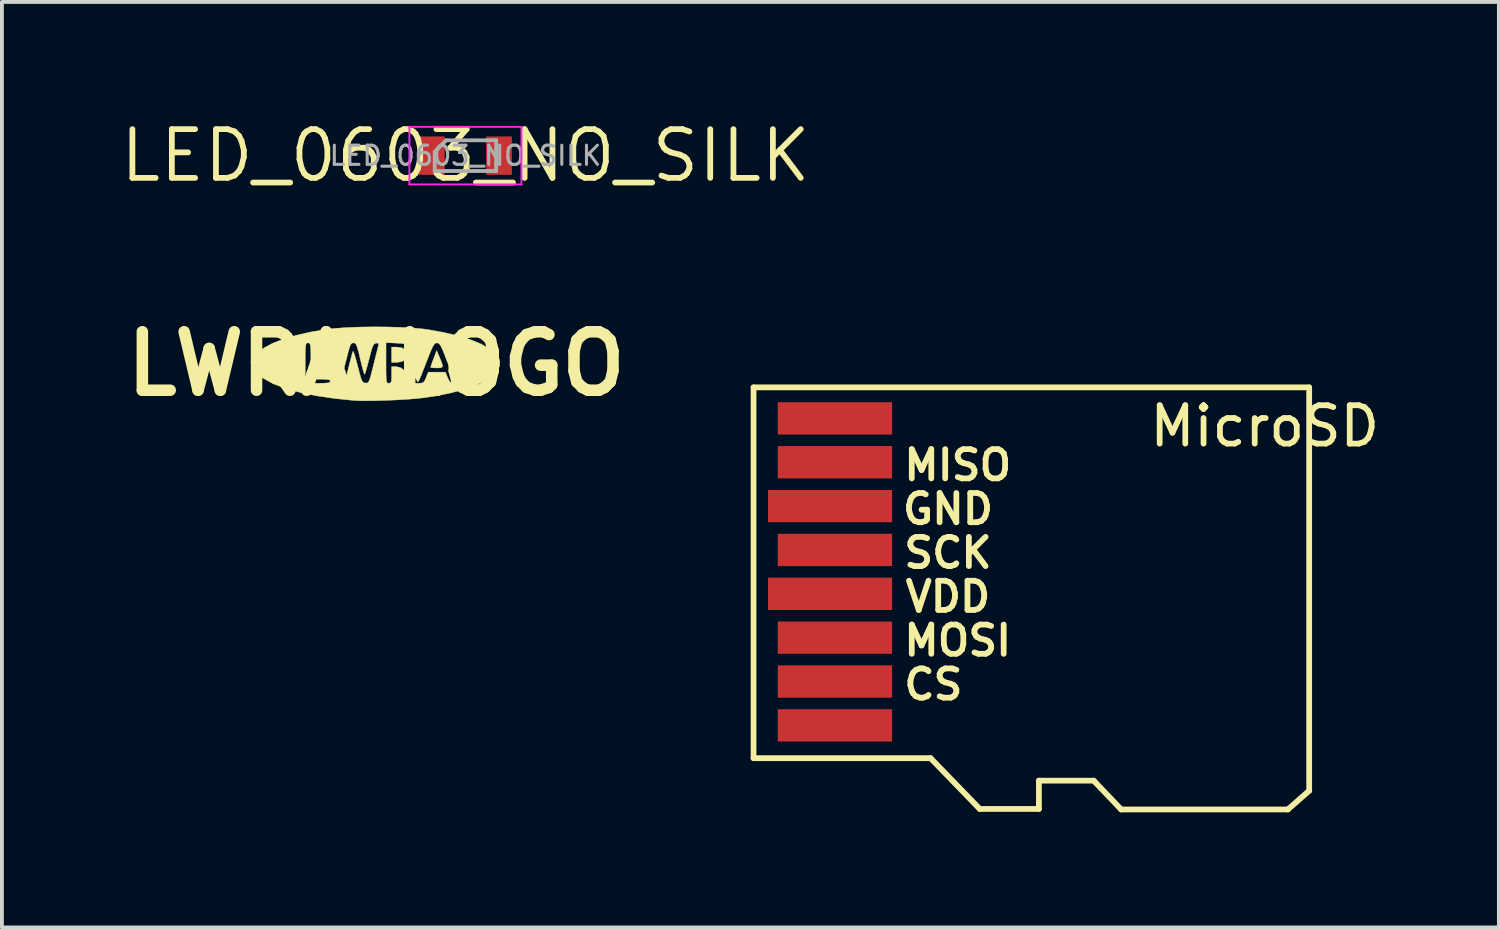
<source format=kicad_pcb>
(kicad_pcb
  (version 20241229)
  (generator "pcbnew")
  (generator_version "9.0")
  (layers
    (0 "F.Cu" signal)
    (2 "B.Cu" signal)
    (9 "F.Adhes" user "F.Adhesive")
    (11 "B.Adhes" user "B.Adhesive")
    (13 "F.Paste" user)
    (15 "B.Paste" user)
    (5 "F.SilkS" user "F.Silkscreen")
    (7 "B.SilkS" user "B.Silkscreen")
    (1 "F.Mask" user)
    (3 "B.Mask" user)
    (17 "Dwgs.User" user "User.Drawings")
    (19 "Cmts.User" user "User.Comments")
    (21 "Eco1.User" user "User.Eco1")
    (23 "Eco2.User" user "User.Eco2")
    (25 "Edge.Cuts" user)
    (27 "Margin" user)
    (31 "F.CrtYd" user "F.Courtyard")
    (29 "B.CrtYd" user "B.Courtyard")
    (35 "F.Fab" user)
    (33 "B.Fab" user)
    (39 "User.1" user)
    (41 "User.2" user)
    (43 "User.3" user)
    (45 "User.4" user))
  (footprint "MicroSD"
    (layer "F.Cu")
    (at 24.322 5.262)
    (property "Reference" "MicroSD" (at 5.588 2.794 0) (layer "F.SilkS") (effects (font (size 1 1) (thickness 0.15))))
    (attr through_hole)
    (fp_line (start -7.734 1.783) (end 6.746 1.783) (stroke (width 0.15) (type solid)) (layer "F.SilkS"))
    (fp_line (start -7.734 11.446) (end -7.734 1.783) (stroke (width 0.15) (type solid)) (layer "F.SilkS"))
    (fp_line (start -3.121 11.446) (end -7.734 11.446) (stroke (width 0.15) (type solid)) (layer "F.SilkS"))
    (fp_line (start -1.84 12.769) (end -3.121 11.446) (stroke (width 0.15) (type solid)) (layer "F.SilkS"))
    (fp_line (start -0.298 12.033) (end -0.298 12.769) (stroke (width 0.15) (type solid)) (layer "F.SilkS"))
    (fp_line (start -0.298 12.769) (end -1.84 12.769) (stroke (width 0.15) (type solid)) (layer "F.SilkS"))
    (fp_line (start 1.131 12.033) (end -0.298 12.033) (stroke (width 0.15) (type solid)) (layer "F.SilkS"))
    (fp_line (start 1.846 12.783) (end 1.131 12.033) (stroke (width 0.15) (type solid)) (layer "F.SilkS"))
    (fp_line (start 6.19 12.783) (end 1.846 12.783) (stroke (width 0.15) (type solid)) (layer "F.SilkS"))
    (fp_line (start 6.746 1.783) (end 6.746 12.295) (stroke (width 0.15) (type solid)) (layer "F.SilkS"))
    (fp_line (start 6.746 12.295) (end 6.19 12.783) (stroke (width 0.15) (type solid)) (layer "F.SilkS"))
    (fp_text user "VDD" (at -2.667 7.239 0) (layer "F.SilkS") (effects (font (size 0.762 0.762) (thickness 0.15))))
    (fp_text user "CS" (at -3.048 9.525 0) (layer "F.SilkS") (effects (font (size 0.762 0.762) (thickness 0.15))))
    (fp_text user "SCK" (at -2.667 6.096 0) (layer "F.SilkS") (effects (font (size 0.762 0.762) (thickness 0.15))))
    (fp_text user "MISO" (at -2.413 3.81 0) (layer "F.SilkS") (effects (font (size 0.762 0.762) (thickness 0.15))))
    (fp_text user "GND" (at -2.667 4.953 0) (layer "F.SilkS") (effects (font (size 0.762 0.762) (thickness 0.15))))
    (fp_text user "MOSI" (at -2.413 8.382 0) (layer "F.SilkS") (effects (font (size 0.762 0.762) (thickness 0.15))))
    (pad "1" smd rect (at -5.613 10.592) (size 2.979 0.843) (layers "F.Cu" "F.Mask" "F.Paste"))
    (pad "2" smd rect (at -5.613 9.449) (size 2.979 0.843) (layers "F.Cu" "F.Mask" "F.Paste"))
    (pad "3" smd rect (at -5.613 8.306) (size 2.979 0.843) (layers "F.Cu" "F.Mask" "F.Paste"))
    (pad "4" smd rect (at -5.74 7.163) (size 3.233 0.843) (layers "F.Cu" "F.Mask" "F.Paste"))
    (pad "5" smd rect (at -5.613 6.02) (size 2.979 0.843) (layers "F.Cu" "F.Mask" "F.Paste"))
    (pad "6" smd rect (at -5.74 4.877) (size 3.233 0.843) (layers "F.Cu" "F.Mask" "F.Paste"))
    (pad "7" smd rect (at -5.613 3.734) (size 2.979 0.843) (layers "F.Cu" "F.Mask" "F.Paste"))
    (pad "8" smd rect (at -5.613 2.591) (size 2.979 0.843) (layers "F.Cu" "F.Mask" "F.Paste")))
  (footprint "LWRA LOGO"
    (layer "F.Cu")
    (at 6.756 6.43)
    (property "Reference" "LWRA LOGO" (at 0 0 0) (layer "F.SilkS") (effects (font (size 1.524 1.524) (thickness 0.3))))
    (attr through_hole)
    (fp_poly (pts (xy 0.681 -0.412) (xy 0.768 -0.343) (xy 0.798 -0.236) (xy 0.768 -0.128) (xy 0.68 -0.06) (xy 0.542 -0.036) (xy 0.399 -0.036) (xy 0.399 -0.435) (xy 0.542 -0.435) (xy 0.681 -0.412)) (stroke (width 0.01) (type solid)) (fill yes) (layer "F.SilkS"))
    (fp_poly (pts (xy 1.635 -0.2) (xy 1.696 -0.055) (xy 1.725 0.035) (xy 1.721 0.084) (xy 1.682 0.105) (xy 1.605 0.109) (xy 1.581 0.109) (xy 1.483 0.106) (xy 1.423 0.097) (xy 1.415 0.092) (xy 1.427 0.052) (xy 1.458 -0.036) (xy 1.494 -0.135) (xy 1.573 -0.345) (xy 1.635 -0.2)) (stroke (width 0.01) (type solid)) (fill yes) (layer "F.SilkS"))
    (fp_poly (pts (xy 0.301 -0.959) (xy 0.65 -0.949) (xy 0.968 -0.931) (xy 1.237 -0.906) (xy 1.316 -0.895) (xy 1.738 -0.821) (xy 2.116 -0.733) (xy 2.447 -0.631) (xy 2.726 -0.518) (xy 2.947 -0.395) (xy 3.107 -0.266) (xy 3.2 -0.131) (xy 3.216 -0.085) (xy 3.216 0.054) (xy 3.147 0.191) (xy 3.014 0.324) (xy 2.822 0.449) (xy 2.574 0.566) (xy 2.274 0.671) (xy 1.928 0.764) (xy 1.54 0.841) (xy 1.23 0.887) (xy 1.035 0.908) (xy 0.795 0.927) (xy 0.528 0.942) (xy 0.251 0.954) (xy -0.017 0.962) (xy -0.26 0.965) (xy -0.46 0.963) (xy -0.562 0.958) (xy -1.075 0.906) (xy -1.548 0.837) (xy -1.973 0.751) (xy -2.344 0.65) (xy -2.652 0.535) (xy -2.699 0.514) (xy -2.936 0.384) (xy -3.101 0.25) (xy -3.197 0.114) (xy -3.226 -0.018) (xy -1.851 -0.018) (xy -1.851 0.508) (xy -1.524 0.508) (xy -1.365 0.506) (xy -1.265 0.498) (xy -1.214 0.483) (xy -1.198 0.458) (xy -1.197 0.454) (xy -1.212 0.424) (xy -1.266 0.407) (xy -1.372 0.4) (xy -1.451 0.399) (xy -1.705 0.399) (xy -1.705 -0.073) (xy -1.706 -0.265) (xy -1.709 -0.397) (xy -1.716 -0.479) (xy -1.721 -0.495) (xy -1.26 -0.495) (xy -1.257 -0.484) (xy -1.241 -0.425) (xy -1.211 -0.311) (xy -1.173 -0.158) (xy -1.128 0.019) (xy -1.121 0.047) (xy -1.074 0.236) (xy -1.039 0.364) (xy -1.011 0.444) (xy -0.984 0.486) (xy -0.955 0.502) (xy -0.918 0.501) (xy -0.913 0.501) (xy -0.871 0.491) (xy -0.838 0.464) (xy -0.809 0.407) (xy -0.777 0.307) (xy -0.736 0.153) (xy -0.725 0.109) (xy -0.684 -0.052) (xy -0.648 -0.191) (xy -0.622 -0.289) (xy -0.611 -0.326) (xy -0.596 -0.314) (xy -0.569 -0.243) (xy -0.533 -0.123) (xy -0.491 0.033) (xy -0.485 0.055) (xy -0.439 0.237) (xy -0.404 0.36) (xy -0.375 0.437) (xy -0.346 0.478) (xy -0.312 0.496) (xy -0.284 0.501) (xy -0.246 0.502) (xy -0.216 0.49) (xy -0.19 0.451) (xy -0.162 0.376) (xy -0.128 0.254) (xy -0.083 0.073) (xy -0.076 0.047) (xy -0.059 -0.022) (xy 0.254 -0.022) (xy 0.254 0.184) (xy 0.257 0.328) (xy 0.263 0.422) (xy 0.274 0.476) (xy 0.291 0.501) (xy 0.317 0.508) (xy 0.327 0.508) (xy 0.367 0.5) (xy 0.389 0.465) (xy 0.398 0.387) (xy 0.399 0.29) (xy 0.399 0.073) (xy 0.523 0.073) (xy 0.65 0.108) (xy 0.765 0.21) (xy 0.861 0.375) (xy 0.869 0.394) (xy 0.906 0.466) (xy 0.956 0.499) (xy 1.045 0.508) (xy 1.078 0.508) (xy 1.18 0.503) (xy 1.237 0.478) (xy 1.276 0.413) (xy 1.297 0.363) (xy 1.354 0.218) (xy 1.803 0.218) (xy 1.86 0.363) (xy 1.914 0.465) (xy 1.973 0.506) (xy 1.992 0.508) (xy 2.035 0.505) (xy 2.049 0.484) (xy 2.036 0.429) (xy 2 0.336) (xy 1.958 0.226) (xy 1.899 0.073) (xy 1.833 -0.098) (xy 1.798 -0.191) (xy 1.734 -0.352) (xy 1.685 -0.456) (xy 1.646 -0.515) (xy 1.608 -0.54) (xy 1.58 -0.544) (xy 1.545 -0.537) (xy 1.511 -0.508) (xy 1.474 -0.448) (xy 1.426 -0.347) (xy 1.364 -0.194) (xy 1.306 -0.045) (xy 1.226 0.161) (xy 1.168 0.307) (xy 1.127 0.403) (xy 1.1 0.455) (xy 1.082 0.472) (xy 1.07 0.463) (xy 1.062 0.443) (xy 1.034 0.389) (xy 0.977 0.297) (xy 0.923 0.214) (xy 0.8 0.031) (xy 0.872 -0.046) (xy 0.931 -0.157) (xy 0.937 -0.29) (xy 0.892 -0.416) (xy 0.875 -0.44) (xy 0.828 -0.485) (xy 0.766 -0.512) (xy 0.669 -0.529) (xy 0.53 -0.538) (xy 0.254 -0.552) (xy 0.254 -0.022) (xy -0.059 -0.022) (xy -0.031 -0.132) (xy 0.009 -0.29) (xy 0.04 -0.411) (xy 0.058 -0.479) (xy 0.059 -0.484) (xy 0.061 -0.532) (xy 0.011 -0.54) (xy -0.004 -0.538) (xy -0.042 -0.525) (xy -0.074 -0.491) (xy -0.104 -0.424) (xy -0.139 -0.31) (xy -0.184 -0.138) (xy -0.185 -0.134) (xy -0.226 0.026) (xy -0.262 0.157) (xy -0.289 0.246) (xy -0.301 0.277) (xy -0.316 0.252) (xy -0.343 0.168) (xy -0.378 0.039) (xy -0.417 -0.121) (xy -0.417 -0.124) (xy -0.46 -0.304) (xy -0.493 -0.423) (xy -0.521 -0.496) (xy -0.549 -0.532) (xy -0.582 -0.544) (xy -0.595 -0.544) (xy -0.63 -0.538) (xy -0.66 -0.511) (xy -0.688 -0.451) (xy -0.72 -0.348) (xy -0.761 -0.189) (xy -0.777 -0.125) (xy -0.818 0.036) (xy -0.854 0.165) (xy -0.881 0.249) (xy -0.897 0.277) (xy -0.897 0.277) (xy -0.912 0.236) (xy -0.94 0.14) (xy -0.977 0.004) (xy -1.013 -0.134) (xy -1.058 -0.307) (xy -1.093 -0.422) (xy -1.123 -0.49) (xy -1.155 -0.525) (xy -1.193 -0.538) (xy -1.194 -0.538) (xy -1.254 -0.536) (xy -1.26 -0.495) (xy -1.721 -0.495) (xy -1.73 -0.523) (xy -1.75 -0.541) (xy -1.778 -0.544) (xy -1.806 -0.541) (xy -1.826 -0.522) (xy -1.839 -0.478) (xy -1.846 -0.398) (xy -1.85 -0.27) (xy -1.851 -0.084) (xy -1.851 -0.018) (xy -3.226 -0.018) (xy -3.227 -0.022) (xy -3.19 -0.156) (xy -3.09 -0.287) (xy -2.928 -0.413) (xy -2.706 -0.532) (xy -2.425 -0.643) (xy -2.087 -0.743) (xy -1.694 -0.831) (xy -1.316 -0.895) (xy -1.068 -0.923) (xy -0.765 -0.944) (xy -0.424 -0.957) (xy -0.063 -0.962) (xy 0.301 -0.959)) (stroke (width 0.01) (type solid)) (fill yes) (layer "F.SilkS")))
  (footprint "LED_0603_NO_SILK"
    (layer "F.Cu")
    (at 9.079 1.006)
    (property "Reference" "LED_0603_NO_SILK" (at 0 0 0) (layer "F.SilkS") (effects (font (size 1.27 1.27) (thickness 0.15))))
    (attr smd)
    (fp_line (start -1.46 -0.75) (end 1.46 -0.75) (stroke (width 0.05) (type solid)) (layer "F.CrtYd"))
    (fp_line (start -1.46 0.75) (end -1.46 -0.75) (stroke (width 0.05) (type solid)) (layer "F.CrtYd"))
    (fp_line (start 1.46 -0.75) (end 1.46 0.75) (stroke (width 0.05) (type solid)) (layer "F.CrtYd"))
    (fp_line (start 1.46 0.75) (end -1.46 0.75) (stroke (width 0.05) (type solid)) (layer "F.CrtYd"))
    (fp_line (start -0.8 -0.1) (end -0.8 0.4) (stroke (width 0.1) (type solid)) (layer "F.Fab"))
    (fp_line (start -0.8 0.4) (end 0.8 0.4) (stroke (width 0.1) (type solid)) (layer "F.Fab"))
    (fp_line (start -0.5 -0.4) (end -0.8 -0.1) (stroke (width 0.1) (type solid)) (layer "F.Fab"))
    (fp_line (start 0.8 -0.4) (end -0.5 -0.4) (stroke (width 0.1) (type solid)) (layer "F.Fab"))
    (fp_line (start 0.8 0.4) (end 0.8 -0.4) (stroke (width 0.1) (type solid)) (layer "F.Fab"))
    (fp_text user "${REFERENCE}" (at 0 0 0) (layer "F.Fab") (effects (font (size 0.5 0.5) (thickness 0.08))))
    (pad "1" smd rect (at -0.875 0) (size 0.67 1) (layers "F.Cu" "F.Mask" "F.Paste"))
    (pad "2" smd rect (at 0.875 0) (size 0.67 1) (layers "F.Cu" "F.Mask" "F.Paste")))
  (gr_rect
    (start -3 -3)
    (end 36.011 21.12)
    (stroke (width 0.1) (type default))
    (fill no)
    (layer "Edge.Cuts")))
</source>
